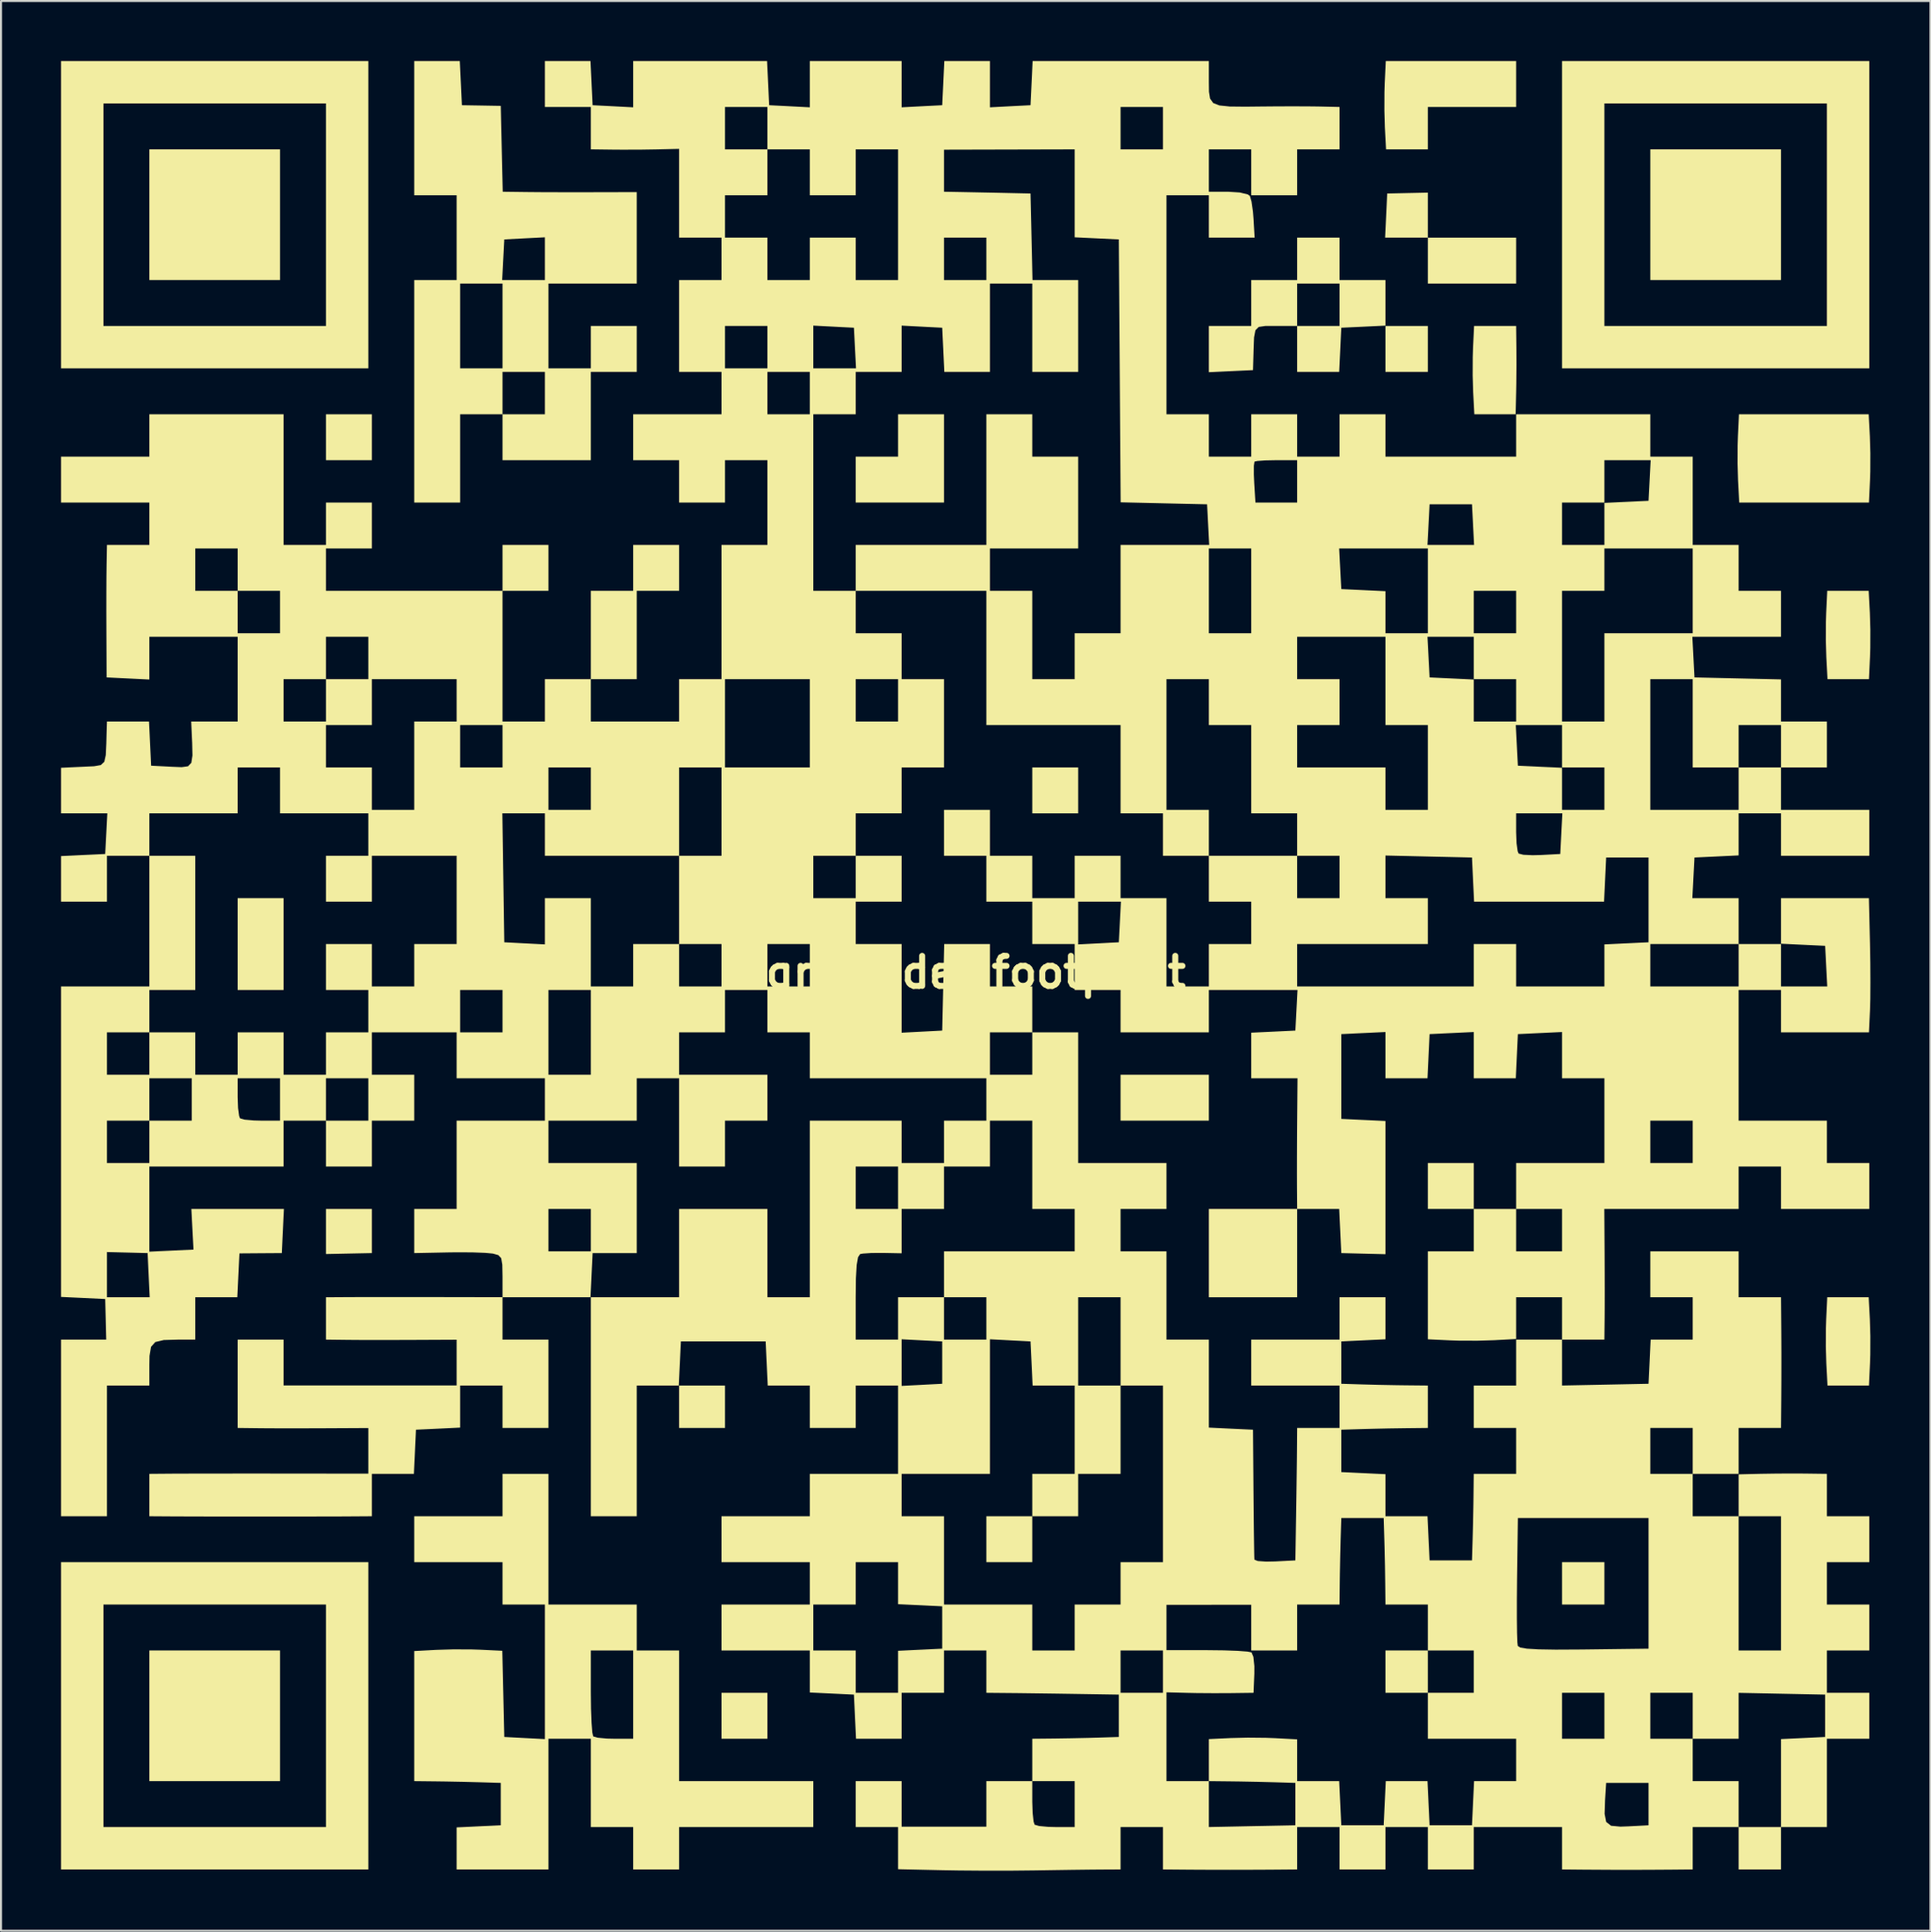
<source format=kicad_pcb>
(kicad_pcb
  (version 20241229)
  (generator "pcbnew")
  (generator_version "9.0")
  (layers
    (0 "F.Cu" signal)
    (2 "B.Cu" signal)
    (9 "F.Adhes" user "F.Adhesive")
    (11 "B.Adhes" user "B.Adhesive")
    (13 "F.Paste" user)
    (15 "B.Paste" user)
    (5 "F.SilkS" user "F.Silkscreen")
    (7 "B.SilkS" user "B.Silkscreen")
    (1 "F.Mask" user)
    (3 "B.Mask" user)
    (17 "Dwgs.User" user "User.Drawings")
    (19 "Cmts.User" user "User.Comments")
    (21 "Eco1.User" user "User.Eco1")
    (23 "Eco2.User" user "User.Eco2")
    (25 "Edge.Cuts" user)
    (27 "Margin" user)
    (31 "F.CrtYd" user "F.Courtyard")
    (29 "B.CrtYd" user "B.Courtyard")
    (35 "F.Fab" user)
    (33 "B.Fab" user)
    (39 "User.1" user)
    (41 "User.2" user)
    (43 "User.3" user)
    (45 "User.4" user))
  (footprint "qr-code-footprint"
    (layer "F.Cu")
    (at 45.685 45.508)
    (property "Reference" "qr-code-footprint" (at 0 0 0) (layer "F.SilkS") (effects (font (size 1.5 1.5) (thickness 0.3))))
    (attr board_only exclude_from_pos_files exclude_from_bom)
    (fp_poly (pts (xy -34.749 -37.835) (xy -34.749 -34.572) (xy -38.012 -34.572) (xy -41.275 -34.572) (xy -41.275 -37.835) (xy -41.275 -41.099) (xy -38.012 -41.099) (xy -34.749 -41.099)) (stroke (width 0) (type solid)) (fill yes) (layer "F.SilkS"))
    (fp_poly (pts (xy -34.749 37.13) (xy -34.749 40.393) (xy -38.012 40.393) (xy -41.275 40.393) (xy -41.275 37.13) (xy -41.275 33.867) (xy -38.012 33.867) (xy -34.749 33.867)) (stroke (width 0) (type solid)) (fill yes) (layer "F.SilkS"))
    (fp_poly (pts (xy -34.572 -1.411) (xy -34.572 0.882) (xy -35.719 0.882) (xy -36.865 0.882) (xy -36.865 -1.411) (xy -36.865 -3.704) (xy -35.719 -3.704) (xy -34.572 -3.704)) (stroke (width 0) (type solid)) (fill yes) (layer "F.SilkS"))
    (fp_poly (pts (xy -30.163 12.92) (xy -30.163 14.023) (xy -31.309 14.046) (xy -32.456 14.07) (xy -32.456 12.944) (xy -32.456 11.818) (xy -31.309 11.818) (xy -30.163 11.818)) (stroke (width 0) (type solid)) (fill yes) (layer "F.SilkS"))
    (fp_poly (pts (xy -30.163 -26.723) (xy -30.163 -25.576) (xy -31.309 -25.576) (xy -32.456 -25.576) (xy -32.456 -26.723) (xy -32.456 -27.869) (xy -31.309 -27.869) (xy -30.163 -27.869)) (stroke (width 0) (type solid)) (fill yes) (layer "F.SilkS"))
    (fp_poly (pts (xy -12.524 21.696) (xy -12.524 22.754) (xy -13.67 22.754) (xy -14.817 22.754) (xy -14.817 21.696) (xy -14.817 20.637) (xy -13.679 20.637) (xy -12.524 20.637)) (stroke (width 0) (type solid)) (fill yes) (layer "F.SilkS"))
    (fp_poly (pts (xy -10.407 37.13) (xy -10.407 38.276) (xy -11.553 38.276) (xy -12.7 38.276) (xy -12.7 37.13) (xy -12.7 35.983) (xy -11.553 35.983) (xy -10.407 35.983)) (stroke (width 0) (type solid)) (fill yes) (layer "F.SilkS"))
    (fp_poly (pts (xy 2.822 28.31) (xy 2.822 29.457) (xy 1.676 29.457) (xy 0.529 29.457) (xy 0.529 28.31) (xy 0.529 27.164) (xy 1.676 27.164) (xy 2.822 27.164)) (stroke (width 0) (type solid)) (fill yes) (layer "F.SilkS"))
    (fp_poly (pts (xy 5.115 -9.084) (xy 5.115 -7.938) (xy 3.969 -7.938) (xy 2.822 -7.938) (xy 2.822 -9.084) (xy 2.822 -10.231) (xy 3.969 -10.231) (xy 5.115 -10.231)) (stroke (width 0) (type solid)) (fill yes) (layer "F.SilkS"))
    (fp_poly (pts (xy 11.642 6.262) (xy 11.642 7.408) (xy 9.437 7.408) (xy 7.232 7.408) (xy 7.232 6.262) (xy 7.232 5.115) (xy 9.437 5.115) (xy 11.642 5.115)) (stroke (width 0) (type solid)) (fill yes) (layer "F.SilkS"))
    (fp_poly (pts (xy 16.051 14.023) (xy 16.051 16.228) (xy 13.847 16.228) (xy 11.642 16.228) (xy 11.642 14.023) (xy 11.642 11.818) (xy 13.847 11.818) (xy 16.051 11.818)) (stroke (width 0) (type solid)) (fill yes) (layer "F.SilkS"))
    (fp_poly (pts (xy 22.578 -37.813) (xy 22.578 -36.689) (xy 21.511 -36.689) (xy 20.444 -36.689) (xy 20.497 -37.791) (xy 20.549 -38.894) (xy 21.564 -38.916) (xy 22.578 -38.937)) (stroke (width 0) (type solid)) (fill yes) (layer "F.SilkS"))
    (fp_poly (pts (xy 22.578 -31.133) (xy 22.578 -29.986) (xy 21.519 -29.986) (xy 20.461 -29.986) (xy 20.461 -31.141) (xy 20.461 -32.279) (xy 21.519 -32.279) (xy 22.578 -32.279)) (stroke (width 0) (type solid)) (fill yes) (layer "F.SilkS"))
    (fp_poly (pts (xy 22.578 34.925) (xy 22.578 35.983) (xy 21.519 35.983) (xy 20.461 35.983) (xy 20.461 34.925) (xy 20.461 33.867) (xy 21.519 33.867) (xy 22.578 33.867)) (stroke (width 0) (type solid)) (fill yes) (layer "F.SilkS"))
    (fp_poly (pts (xy 24.871 10.672) (xy 24.871 11.818) (xy 23.724 11.818) (xy 22.578 11.818) (xy 22.578 10.672) (xy 22.578 9.525) (xy 23.724 9.525) (xy 24.871 9.525)) (stroke (width 0) (type solid)) (fill yes) (layer "F.SilkS"))
    (fp_poly (pts (xy 26.988 -35.542) (xy 26.988 -34.396) (xy 24.783 -34.396) (xy 22.578 -34.396) (xy 22.578 -35.542) (xy 22.578 -36.689) (xy 24.783 -36.689) (xy 26.988 -36.689)) (stroke (width 0) (type solid)) (fill yes) (layer "F.SilkS"))
    (fp_poly (pts (xy 31.397 30.515) (xy 31.397 31.574) (xy 30.339 31.574) (xy 29.281 31.574) (xy 29.281 30.515) (xy 29.281 29.457) (xy 30.339 29.457) (xy 31.397 29.457)) (stroke (width 0) (type solid)) (fill yes) (layer "F.SilkS"))
    (fp_poly (pts (xy 40.217 -37.835) (xy 40.217 -34.572) (xy 36.953 -34.572) (xy 33.69 -34.572) (xy 33.69 -37.835) (xy 33.69 -41.099) (xy 36.953 -41.099) (xy 40.217 -41.099)) (stroke (width 0) (type solid)) (fill yes) (layer "F.SilkS"))
    (fp_poly (pts (xy -1.587 -25.665) (xy -1.587 -23.46) (xy -3.792 -23.46) (xy -5.997 -23.46) (xy -5.997 -24.606) (xy -5.997 -25.753) (xy -4.939 -25.753) (xy -3.881 -25.753) (xy -3.881 -26.811) (xy -3.881 -27.869) (xy -2.734 -27.869) (xy -1.587 -27.869)) (stroke (width 0) (type solid)) (fill yes) (layer "F.SilkS"))
    (fp_poly (pts (xy 27.001 -31.177) (xy 27.005 -30.336) (xy 26.997 -29.419) (xy 26.989 -28.972) (xy 26.963 -27.869) (xy 25.944 -27.869) (xy 24.901 -27.869) (xy 24.842 -28.972) (xy 24.817 -29.811) (xy 24.821 -30.727) (xy 24.835 -31.177) (xy 24.888 -32.279) (xy 25.938 -32.279) (xy 26.988 -32.279)) (stroke (width 0) (type solid)) (fill yes) (layer "F.SilkS"))
    (fp_poly (pts (xy 44.655 -26.767) (xy 44.68 -25.928) (xy 44.677 -25.011) (xy 44.662 -24.562) (xy 44.61 -23.46) (xy 41.37 -23.46) (xy 38.13 -23.46) (xy 38.071 -24.562) (xy 38.047 -25.401) (xy 38.05 -26.318) (xy 38.064 -26.767) (xy 38.117 -27.869) (xy 41.357 -27.869) (xy 44.596 -27.869)) (stroke (width 0) (type solid)) (fill yes) (layer "F.SilkS"))
    (fp_poly (pts (xy 44.655 -17.948) (xy 44.68 -17.109) (xy 44.677 -16.192) (xy 44.662 -15.743) (xy 44.61 -14.64) (xy 43.575 -14.64) (xy 42.54 -14.64) (xy 42.481 -15.743) (xy 42.456 -16.582) (xy 42.46 -17.498) (xy 42.474 -17.948) (xy 42.527 -19.05) (xy 43.561 -19.05) (xy 44.596 -19.05)) (stroke (width 0) (type solid)) (fill yes) (layer "F.SilkS"))
    (fp_poly (pts (xy 44.655 17.33) (xy 44.68 18.169) (xy 44.677 19.086) (xy 44.662 19.535) (xy 44.61 20.637) (xy 43.575 20.637) (xy 42.54 20.637) (xy 42.481 19.535) (xy 42.456 18.696) (xy 42.46 17.78) (xy 42.474 17.33) (xy 42.527 16.228) (xy 43.561 16.228) (xy 44.596 16.228)) (stroke (width 0) (type solid)) (fill yes) (layer "F.SilkS"))
    (fp_poly (pts (xy 26.988 -44.362) (xy 26.988 -43.215) (xy 24.783 -43.215) (xy 22.578 -43.215) (xy 22.578 -42.157) (xy 22.578 -41.099) (xy 21.534 -41.099) (xy 20.491 -41.099) (xy 20.432 -42.201) (xy 20.408 -43.04) (xy 20.411 -43.957) (xy 20.425 -44.406) (xy 20.478 -45.508) (xy 23.733 -45.508) (xy 26.988 -45.508)) (stroke (width 0) (type solid)) (fill yes) (layer "F.SilkS"))
    (fp_poly (pts (xy -30.339 -37.835) (xy -30.339 -30.163) (xy -38.012 -30.163) (xy -45.685 -30.163) (xy -45.685 -37.835) (xy -45.685 -43.392) (xy -43.568 -43.392) (xy -43.568 -37.835) (xy -43.568 -32.279) (xy -38.012 -32.279) (xy -32.456 -32.279) (xy -32.456 -37.835) (xy -32.456 -43.392) (xy -38.012 -43.392) (xy -43.568 -43.392) (xy -45.685 -43.392) (xy -45.685 -45.508) (xy -38.012 -45.508) (xy -30.339 -45.508)) (stroke (width 0) (type solid)) (fill yes) (layer "F.SilkS"))
    (fp_poly (pts (xy -30.339 37.13) (xy -30.339 44.803) (xy -38.012 44.803) (xy -45.685 44.803) (xy -45.685 37.13) (xy -45.685 31.574) (xy -43.568 31.574) (xy -43.568 37.13) (xy -43.568 42.686) (xy -38.012 42.686) (xy -32.456 42.686) (xy -32.456 37.13) (xy -32.456 31.574) (xy -38.012 31.574) (xy -43.568 31.574) (xy -45.685 31.574) (xy -45.685 29.457) (xy -38.012 29.457) (xy -30.339 29.457)) (stroke (width 0) (type solid)) (fill yes) (layer "F.SilkS"))
    (fp_poly (pts (xy 44.626 -37.835) (xy 44.626 -30.163) (xy 36.953 -30.163) (xy 29.281 -30.163) (xy 29.281 -37.835) (xy 29.281 -43.392) (xy 31.397 -43.392) (xy 31.397 -37.835) (xy 31.397 -32.279) (xy 36.953 -32.279) (xy 42.51 -32.279) (xy 42.51 -37.835) (xy 42.51 -43.392) (xy 36.953 -43.392) (xy 31.397 -43.392) (xy 29.281 -43.392) (xy 29.281 -45.508) (xy 36.953 -45.508) (xy 44.626 -45.508)) (stroke (width 0) (type solid)) (fill yes) (layer "F.SilkS"))
    (fp_poly (pts (xy 18.168 -35.631) (xy 18.168 -34.572) (xy 19.315 -34.572) (xy 20.461 -34.572) (xy 20.461 -33.426) (xy 20.461 -32.296) (xy 19.359 -32.243) (xy 18.256 -32.191) (xy 18.204 -31.089) (xy 18.151 -29.986) (xy 17.101 -29.986) (xy 16.051 -29.986) (xy 16.051 -31.133) (xy 16.051 -32.279) (xy 14.993 -32.279) (xy 14.456 -32.279) (xy 14.133 -32.231) (xy 13.966 -32.063) (xy 13.899 -31.705) (xy 13.876 -31.086) (xy 13.87 -30.868) (xy 13.847 -30.074) (xy 12.744 -30.022) (xy 11.642 -29.969) (xy 11.642 -31.124) (xy 11.642 -32.279) (xy 12.7 -32.279) (xy 13.758 -32.279) (xy 13.758 -33.426) (xy 13.758 -34.396) (xy 16.051 -34.396) (xy 16.051 -33.337) (xy 16.051 -32.279) (xy 17.11 -32.279) (xy 18.168 -32.279) (xy 18.168 -33.337) (xy 18.168 -34.396) (xy 17.11 -34.396) (xy 16.051 -34.396) (xy 13.758 -34.396) (xy 13.758 -34.572) (xy 14.905 -34.572) (xy 16.051 -34.572) (xy 16.051 -35.631) (xy 16.051 -36.689) (xy 17.11 -36.689) (xy 18.168 -36.689)) (stroke (width 0) (type solid)) (fill yes) (layer "F.SilkS"))
    (fp_poly (pts (xy -25.717 -44.406) (xy -25.665 -43.303) (xy -24.694 -43.287) (xy -23.724 -43.27) (xy -23.675 -41.126) (xy -23.625 -38.982) (xy -22.44 -38.967) (xy -21.772 -38.961) (xy -20.877 -38.958) (xy -19.884 -38.956) (xy -19.094 -38.958) (xy -16.933 -38.963) (xy -16.933 -36.68) (xy -16.933 -34.396) (xy -19.138 -34.396) (xy -21.343 -34.396) (xy -21.343 -32.279) (xy -21.343 -30.163) (xy -20.285 -30.163) (xy -19.226 -30.163) (xy -19.226 -31.221) (xy -19.226 -32.279) (xy -18.08 -32.279) (xy -16.933 -32.279) (xy -16.933 -31.133) (xy -16.933 -29.986) (xy -18.08 -29.986) (xy -19.226 -29.986) (xy -19.226 -27.781) (xy -19.226 -25.576) (xy -21.431 -25.576) (xy -23.636 -25.576) (xy -23.636 -26.723) (xy -23.636 -27.869) (xy -24.694 -27.869) (xy -25.753 -27.869) (xy -25.753 -25.665) (xy -25.753 -23.46) (xy -26.899 -23.46) (xy -28.046 -23.46) (xy -28.046 -29.016) (xy -28.046 -29.986) (xy -23.636 -29.986) (xy -23.636 -28.928) (xy -23.636 -27.869) (xy -22.578 -27.869) (xy -21.519 -27.869) (xy -21.519 -28.928) (xy -21.519 -29.986) (xy -22.578 -29.986) (xy -23.636 -29.986) (xy -28.046 -29.986) (xy -28.046 -34.396) (xy -25.753 -34.396) (xy -25.753 -32.279) (xy -25.753 -30.163) (xy -24.694 -30.163) (xy -23.636 -30.163) (xy -23.636 -32.279) (xy -23.636 -34.396) (xy -24.694 -34.396) (xy -25.753 -34.396) (xy -28.046 -34.396) (xy -28.046 -34.572) (xy -26.988 -34.572) (xy -25.929 -34.572) (xy -23.654 -34.572) (xy -22.587 -34.572) (xy -21.519 -34.572) (xy -21.519 -35.639) (xy -21.519 -36.706) (xy -22.534 -36.654) (xy -23.548 -36.601) (xy -23.601 -35.586) (xy -23.654 -34.572) (xy -25.929 -34.572) (xy -25.929 -36.689) (xy -25.929 -38.806) (xy -26.988 -38.806) (xy -28.046 -38.806) (xy -28.046 -42.157) (xy -28.046 -45.508) (xy -26.908 -45.508) (xy -25.77 -45.508)) (stroke (width 0) (type solid)) (fill yes) (layer "F.SilkS"))
    (fp_poly (pts (xy -21.343 28.31) (xy -21.343 31.574) (xy -19.138 31.574) (xy -16.933 31.574) (xy -16.933 32.72) (xy -16.933 33.867) (xy -15.875 33.867) (xy -14.817 33.867) (xy -14.817 37.13) (xy -14.817 40.393) (xy -11.465 40.393) (xy -8.114 40.393) (xy -8.114 41.54) (xy -8.114 42.686) (xy -11.465 42.686) (xy -14.817 42.686) (xy -14.817 43.744) (xy -14.817 44.803) (xy -15.963 44.803) (xy -17.11 44.803) (xy -17.11 43.744) (xy -17.11 42.686) (xy -18.168 42.686) (xy -19.226 42.686) (xy -19.226 40.481) (xy -19.226 38.276) (xy -20.285 38.276) (xy -21.343 38.276) (xy -21.343 41.54) (xy -21.343 44.803) (xy -23.636 44.803) (xy -25.929 44.803) (xy -25.929 43.753) (xy -25.929 42.703) (xy -24.827 42.65) (xy -23.724 42.598) (xy -23.724 41.54) (xy -23.724 40.481) (xy -24.783 40.449) (xy -25.593 40.428) (xy -26.49 40.411) (xy -26.943 40.405) (xy -28.046 40.393) (xy -28.046 37.145) (xy -28.046 33.897) (xy -26.943 33.838) (xy -26.106 33.813) (xy -25.193 33.816) (xy -24.744 33.831) (xy -23.647 33.883) (xy -23.597 36.036) (xy -23.548 38.188) (xy -22.534 38.241) (xy -21.519 38.294) (xy -21.519 34.934) (xy -21.519 33.867) (xy -19.226 33.867) (xy -19.226 35.954) (xy -19.217 36.779) (xy -19.191 37.471) (xy -19.154 37.956) (xy -19.109 38.159) (xy -18.879 38.225) (xy -18.417 38.268) (xy -18.05 38.276) (xy -17.11 38.276) (xy -17.11 36.072) (xy -17.11 33.867) (xy -18.168 33.867) (xy -19.226 33.867) (xy -21.519 33.867) (xy -21.519 31.574) (xy -22.578 31.574) (xy -23.636 31.574) (xy -23.636 30.515) (xy -23.636 29.457) (xy -25.841 29.457) (xy -28.046 29.457) (xy -28.046 28.31) (xy -28.046 27.164) (xy -25.841 27.164) (xy -23.636 27.164) (xy -23.636 26.106) (xy -23.636 25.047) (xy -22.49 25.047) (xy -21.343 25.047)) (stroke (width 0) (type solid)) (fill yes) (layer "F.SilkS"))
    (fp_poly (pts (xy -19.191 -44.406) (xy -19.138 -43.303) (xy -18.124 -43.251) (xy -17.11 -43.198) (xy -17.11 -43.215) (xy -12.524 -43.215) (xy -12.524 -42.157) (xy -12.524 -41.099) (xy -11.465 -41.099) (xy -10.407 -41.099) (xy -10.407 -42.157) (xy -10.407 -43.215) (xy -11.465 -43.215) (xy -12.524 -43.215) (xy -17.11 -43.215) (xy -17.11 -44.353) (xy -17.11 -45.508) (xy -13.767 -45.508) (xy -10.424 -45.508) (xy -10.371 -44.406) (xy -10.319 -43.303) (xy -9.305 -43.251) (xy -8.29 -43.198) (xy -8.29 -44.353) (xy -8.29 -45.508) (xy -5.997 -45.508) (xy -3.704 -45.508) (xy -3.704 -44.353) (xy -3.704 -43.198) (xy -2.69 -43.251) (xy -1.676 -43.303) (xy -1.623 -44.406) (xy -1.571 -45.508) (xy -0.433 -45.508) (xy 0.706 -45.508) (xy 0.706 -44.353) (xy 0.706 -43.198) (xy 1.043 -43.215) (xy 7.232 -43.215) (xy 7.232 -42.157) (xy 7.232 -41.099) (xy 8.29 -41.099) (xy 9.349 -41.099) (xy 9.349 -42.157) (xy 9.349 -43.215) (xy 8.29 -43.215) (xy 7.232 -43.215) (xy 1.043 -43.215) (xy 1.72 -43.251) (xy 2.734 -43.303) (xy 2.787 -44.406) (xy 2.839 -45.508) (xy 7.24 -45.508) (xy 11.642 -45.508) (xy 11.642 -44.462) (xy 11.648 -43.974) (xy 11.702 -43.634) (xy 11.857 -43.414) (xy 12.167 -43.291) (xy 12.685 -43.238) (xy 13.465 -43.23) (xy 14.205 -43.238) (xy 15.126 -43.246) (xy 16.037 -43.247) (xy 16.807 -43.243) (xy 17.154 -43.238) (xy 18.168 -43.215) (xy 18.168 -42.157) (xy 18.168 -41.099) (xy 17.11 -41.099) (xy 16.051 -41.099) (xy 16.051 -39.952) (xy 16.051 -38.806) (xy 14.905 -38.806) (xy 13.758 -38.806) (xy 13.758 -39.952) (xy 13.758 -41.099) (xy 12.7 -41.099) (xy 11.642 -41.099) (xy 11.642 -40.04) (xy 11.642 -38.982) (xy 12.601 -38.982) (xy 13.184 -38.945) (xy 13.584 -38.849) (xy 13.69 -38.773) (xy 13.773 -38.487) (xy 13.845 -37.984) (xy 13.873 -37.626) (xy 13.927 -36.689) (xy 12.784 -36.689) (xy 11.642 -36.689) (xy 11.642 -37.747) (xy 11.642 -38.806) (xy 10.583 -38.806) (xy 9.525 -38.806) (xy 9.525 -33.337) (xy 9.525 -27.869) (xy 10.583 -27.869) (xy 11.642 -27.869) (xy 11.642 -26.811) (xy 11.642 -25.753) (xy 12.7 -25.753) (xy 13.758 -25.753) (xy 13.758 -26.811) (xy 13.758 -27.869) (xy 14.905 -27.869) (xy 16.051 -27.869) (xy 16.051 -26.811) (xy 16.051 -25.753) (xy 17.11 -25.753) (xy 18.168 -25.753) (xy 18.168 -26.811) (xy 18.168 -27.869) (xy 19.315 -27.869) (xy 20.461 -27.869) (xy 20.461 -26.811) (xy 20.461 -25.753) (xy 23.724 -25.753) (xy 26.988 -25.753) (xy 26.988 -26.811) (xy 26.988 -27.869) (xy 30.327 -27.869) (xy 33.69 -27.869) (xy 33.69 -26.811) (xy 33.69 -25.753) (xy 34.749 -25.753) (xy 35.807 -25.753) (xy 35.807 -23.548) (xy 35.807 -21.343) (xy 36.953 -21.343) (xy 38.1 -21.343) (xy 38.1 -20.197) (xy 38.1 -19.05) (xy 39.158 -19.05) (xy 40.217 -19.05) (xy 40.217 -17.903) (xy 40.217 -16.757) (xy 38.003 -16.757) (xy 35.789 -16.757) (xy 35.842 -15.743) (xy 35.895 -14.728) (xy 38.056 -14.679) (xy 40.217 -14.629) (xy 40.217 -13.577) (xy 40.217 -12.524) (xy 41.363 -12.524) (xy 42.51 -12.524) (xy 42.51 -11.377) (xy 42.51 -10.231) (xy 41.363 -10.231) (xy 40.217 -10.231) (xy 40.217 -9.172) (xy 40.217 -8.114) (xy 42.422 -8.114) (xy 44.626 -8.114) (xy 44.626 -6.967) (xy 44.626 -5.821) (xy 42.422 -5.821) (xy 40.217 -5.821) (xy 40.217 -6.879) (xy 40.217 -7.938) (xy 39.158 -7.938) (xy 38.1 -7.938) (xy 38.1 -6.888) (xy 38.1 -5.838) (xy 36.998 -5.785) (xy 35.895 -5.733) (xy 35.842 -4.718) (xy 35.789 -3.704) (xy 36.945 -3.704) (xy 38.1 -3.704) (xy 38.1 -2.558) (xy 38.1 -1.411) (xy 35.895 -1.411) (xy 33.69 -1.411) (xy 33.69 -0.353) (xy 33.69 0.706) (xy 35.895 0.706) (xy 38.1 0.706) (xy 38.1 -0.353) (xy 38.1 -1.411) (xy 39.158 -1.411) (xy 40.217 -1.411) (xy 40.217 -0.361) (xy 40.217 0.706) (xy 41.372 0.706) (xy 42.527 0.706) (xy 42.474 -0.309) (xy 42.422 -1.323) (xy 41.319 -1.375) (xy 40.217 -1.428) (xy 40.217 -2.558) (xy 40.217 -3.704) (xy 42.412 -3.704) (xy 44.607 -3.704) (xy 44.661 -1.455) (xy 44.678 -0.474) (xy 44.683 0.495) (xy 44.678 1.337) (xy 44.662 1.896) (xy 44.61 2.999) (xy 42.413 2.999) (xy 40.217 2.999) (xy 40.217 1.94) (xy 40.217 0.882) (xy 39.158 0.882) (xy 38.1 0.882) (xy 38.1 4.145) (xy 38.1 7.408) (xy 40.305 7.408) (xy 42.51 7.408) (xy 42.51 8.467) (xy 42.51 9.525) (xy 43.568 9.525) (xy 44.626 9.525) (xy 44.626 10.672) (xy 44.626 11.818) (xy 42.422 11.818) (xy 40.217 11.818) (xy 40.217 10.76) (xy 40.217 9.701) (xy 39.158 9.701) (xy 38.1 9.701) (xy 38.1 10.76) (xy 38.1 11.818) (xy 34.746 11.818) (xy 31.393 11.818) (xy 31.407 13.979) (xy 31.411 14.947) (xy 31.413 15.907) (xy 31.412 16.738) (xy 31.409 17.242) (xy 31.397 18.344) (xy 30.339 18.344) (xy 29.281 18.344) (xy 29.281 19.49) (xy 29.281 20.636) (xy 31.441 20.593) (xy 33.602 20.549) (xy 33.655 19.447) (xy 33.707 18.344) (xy 34.757 18.344) (xy 35.807 18.344) (xy 35.807 17.286) (xy 35.807 16.228) (xy 34.749 16.228) (xy 33.69 16.228) (xy 33.69 15.081) (xy 33.69 13.935) (xy 35.895 13.935) (xy 38.1 13.935) (xy 38.1 15.081) (xy 38.1 16.228) (xy 39.158 16.228) (xy 40.217 16.228) (xy 40.226 17.286) (xy 40.232 18.082) (xy 40.236 18.979) (xy 40.236 19.491) (xy 40.235 20.321) (xy 40.23 21.211) (xy 40.226 21.696) (xy 40.217 22.754) (xy 39.158 22.754) (xy 38.1 22.754) (xy 38.1 23.913) (xy 38.1 25.047) (xy 36.953 25.047) (xy 35.807 25.047) (xy 35.807 26.106) (xy 35.807 27.164) (xy 36.953 27.164) (xy 38.1 27.164) (xy 38.1 30.515) (xy 38.1 33.867) (xy 39.158 33.867) (xy 40.217 33.867) (xy 40.217 30.515) (xy 40.217 27.164) (xy 39.158 27.164) (xy 38.1 27.164) (xy 38.1 26.106) (xy 38.1 25.072) (xy 39.202 25.045) (xy 40.043 25.033) (xy 40.96 25.03) (xy 41.407 25.033) (xy 42.51 25.047) (xy 42.51 26.106) (xy 42.51 27.164) (xy 43.568 27.164) (xy 44.626 27.164) (xy 44.626 28.31) (xy 44.626 29.457) (xy 43.568 29.457) (xy 42.51 29.457) (xy 42.51 30.515) (xy 42.51 31.574) (xy 43.568 31.574) (xy 44.626 31.574) (xy 44.626 32.72) (xy 44.626 33.867) (xy 43.568 33.867) (xy 42.51 33.867) (xy 42.51 34.925) (xy 42.51 35.983) (xy 43.568 35.983) (xy 44.626 35.983) (xy 44.626 37.13) (xy 44.626 38.276) (xy 43.568 38.276) (xy 42.51 38.276) (xy 42.51 40.481) (xy 42.51 42.686) (xy 41.363 42.686) (xy 40.217 42.686) (xy 40.217 43.744) (xy 40.217 44.803) (xy 39.158 44.803) (xy 38.1 44.803) (xy 38.1 43.744) (xy 38.1 42.686) (xy 36.953 42.686) (xy 35.807 42.686) (xy 35.807 43.744) (xy 35.807 44.803) (xy 34.749 44.813) (xy 33.953 44.818) (xy 33.056 44.822) (xy 32.544 44.822) (xy 31.714 44.821) (xy 30.824 44.816) (xy 30.339 44.813) (xy 29.281 44.803) (xy 29.281 43.744) (xy 29.281 42.686) (xy 27.076 42.686) (xy 24.871 42.686) (xy 24.871 43.744) (xy 24.871 44.803) (xy 23.724 44.803) (xy 22.578 44.803) (xy 22.578 43.744) (xy 22.578 42.686) (xy 21.519 42.686) (xy 20.461 42.686) (xy 20.461 43.744) (xy 20.461 44.803) (xy 19.315 44.803) (xy 18.168 44.803) (xy 18.168 43.744) (xy 18.168 42.686) (xy 17.11 42.686) (xy 16.051 42.686) (xy 16.051 43.744) (xy 16.051 44.803) (xy 14.993 44.812) (xy 14.223 44.817) (xy 13.328 44.82) (xy 12.7 44.821) (xy 11.863 44.82) (xy 10.977 44.816) (xy 10.407 44.812) (xy 9.349 44.803) (xy 9.349 43.744) (xy 9.349 42.686) (xy 8.29 42.686) (xy 7.232 42.686) (xy 7.232 43.744) (xy 7.232 44.803) (xy 6.218 44.808) (xy 5.639 44.813) (xy 4.818 44.823) (xy 3.865 44.837) (xy 2.91 44.852) (xy 1.75 44.864) (xy 0.434 44.865) (xy -0.848 44.855) (xy -1.632 44.842) (xy -3.881 44.792) (xy -3.881 43.739) (xy -3.881 42.686) (xy -4.939 42.686) (xy -5.997 42.686) (xy -5.997 41.54) (xy -5.997 40.393) (xy -4.851 40.393) (xy -3.704 40.393) (xy -3.704 41.53) (xy -3.704 42.667) (xy -1.587 42.667) (xy 0.529 42.667) (xy 0.529 41.53) (xy 0.529 40.393) (xy 1.676 40.393) (xy 2.822 40.393) (xy 2.822 41.422) (xy 2.841 41.996) (xy 2.889 42.418) (xy 2.94 42.569) (xy 3.169 42.635) (xy 3.632 42.677) (xy 3.998 42.686) (xy 4.939 42.686) (xy 4.939 41.54) (xy 4.939 40.393) (xy 9.525 40.393) (xy 10.583 40.393) (xy 11.642 40.393) (xy 11.642 41.539) (xy 11.642 42.685) (xy 13.802 42.641) (xy 15.963 42.598) (xy 15.963 41.54) (xy 15.963 40.481) (xy 14.905 40.449) (xy 14.095 40.428) (xy 13.198 40.411) (xy 12.744 40.405) (xy 11.642 40.393) (xy 11.642 39.343) (xy 11.642 38.293) (xy 12.744 38.241) (xy 13.583 38.221) (xy 14.5 38.23) (xy 14.949 38.247) (xy 16.051 38.306) (xy 16.051 39.35) (xy 16.051 40.393) (xy 17.101 40.393) (xy 18.151 40.393) (xy 18.204 41.495) (xy 18.256 42.598) (xy 19.315 42.598) (xy 20.373 42.598) (xy 20.425 41.495) (xy 20.478 40.393) (xy 21.519 40.393) (xy 22.561 40.393) (xy 22.613 41.495) (xy 22.666 42.598) (xy 23.724 42.598) (xy 24.783 42.598) (xy 24.81 42.027) (xy 31.408 42.027) (xy 31.487 42.431) (xy 31.729 42.621) (xy 32.193 42.665) (xy 32.586 42.651) (xy 33.602 42.598) (xy 33.602 41.54) (xy 33.602 40.481) (xy 32.544 40.481) (xy 31.485 40.481) (xy 31.431 41.341) (xy 31.408 42.027) (xy 24.81 42.027) (xy 24.835 41.495) (xy 24.888 40.393) (xy 25.938 40.393) (xy 26.988 40.393) (xy 26.988 39.335) (xy 26.988 38.276) (xy 24.783 38.276) (xy 22.578 38.276) (xy 22.578 37.13) (xy 22.578 35.983) (xy 23.724 35.983) (xy 24.871 35.983) (xy 29.281 35.983) (xy 29.281 37.13) (xy 29.281 38.276) (xy 30.339 38.276) (xy 31.397 38.276) (xy 31.397 37.13) (xy 31.397 35.983) (xy 33.69 35.983) (xy 33.69 37.13) (xy 33.69 38.276) (xy 34.749 38.276) (xy 35.807 38.276) (xy 35.807 39.335) (xy 35.807 40.393) (xy 36.953 40.393) (xy 38.1 40.393) (xy 38.1 41.54) (xy 38.1 42.686) (xy 39.158 42.686) (xy 40.217 42.686) (xy 40.217 40.49) (xy 40.217 38.293) (xy 41.319 38.241) (xy 42.422 38.188) (xy 42.422 37.13) (xy 42.422 36.072) (xy 40.261 36.028) (xy 38.1 35.984) (xy 38.1 37.13) (xy 38.1 38.276) (xy 36.953 38.276) (xy 35.807 38.276) (xy 35.807 37.13) (xy 35.807 35.983) (xy 34.749 35.983) (xy 33.69 35.983) (xy 31.397 35.983) (xy 30.339 35.983) (xy 29.281 35.983) (xy 24.871 35.983) (xy 24.871 34.925) (xy 24.871 33.867) (xy 23.724 33.867) (xy 22.578 33.867) (xy 22.578 32.72) (xy 22.578 31.574) (xy 21.519 31.574) (xy 20.461 31.574) (xy 20.459 31.357) (xy 27.025 31.357) (xy 27.025 32.259) (xy 27.034 32.983) (xy 27.051 33.467) (xy 27.071 33.641) (xy 27.197 33.722) (xy 27.532 33.778) (xy 28.11 33.812) (xy 28.965 33.826) (xy 30.131 33.82) (xy 30.376 33.818) (xy 33.602 33.778) (xy 33.602 30.515) (xy 33.602 27.252) (xy 30.339 27.252) (xy 27.076 27.252) (xy 27.034 30.339) (xy 27.025 31.357) (xy 20.459 31.357) (xy 20.449 30.471) (xy 20.437 29.644) (xy 20.417 28.751) (xy 20.405 28.31) (xy 20.373 27.252) (xy 19.315 27.252) (xy 18.256 27.252) (xy 18.224 28.31) (xy 18.203 29.12) (xy 18.186 30.018) (xy 18.18 30.471) (xy 18.168 31.574) (xy 17.11 31.574) (xy 16.051 31.574) (xy 16.051 32.72) (xy 16.051 33.867) (xy 14.905 33.867) (xy 13.758 33.867) (xy 13.758 32.726) (xy 13.758 31.585) (xy 11.642 31.587) (xy 9.525 31.588) (xy 9.525 32.721) (xy 9.525 33.853) (xy 11.559 33.853) (xy 12.381 33.862) (xy 13.077 33.887) (xy 13.569 33.924) (xy 13.773 33.964) (xy 13.866 34.188) (xy 13.914 34.647) (xy 13.913 35.029) (xy 13.874 35.983) (xy 12.714 35.998) (xy 11.895 36.001) (xy 11.03 35.995) (xy 10.539 35.985) (xy 9.525 35.958) (xy 9.525 38.176) (xy 9.525 40.393) (xy 4.939 40.393) (xy 3.881 40.393) (xy 2.822 40.393) (xy 2.822 39.335) (xy 2.822 38.276) (xy 3.925 38.265) (xy 4.752 38.252) (xy 5.645 38.233) (xy 6.085 38.221) (xy 7.144 38.188) (xy 7.144 37.13) (xy 7.144 36.072) (xy 4.939 36.037) (xy 3.964 36.022) (xy 2.999 36.009) (xy 2.163 35.998) (xy 1.632 35.993) (xy 0.529 35.983) (xy 0.529 34.925) (xy 0.529 33.867) (xy -0.529 33.867) (xy -1.587 33.867) (xy -1.587 34.925) (xy -1.587 35.983) (xy -2.646 35.983) (xy -3.704 35.983) (xy -3.704 37.13) (xy -3.704 38.276) (xy -4.842 38.276) (xy -5.98 38.276) (xy -6.033 37.174) (xy -6.085 36.072) (xy -7.188 36.019) (xy -8.29 35.967) (xy -8.29 34.917) (xy -8.29 33.867) (xy -8.114 33.867) (xy -7.056 33.867) (xy -5.997 33.867) (xy -5.997 34.925) (xy -5.997 35.983) (xy -4.939 35.983) (xy -3.881 35.983) (xy -3.881 34.933) (xy -3.881 33.884) (xy -2.778 33.831) (xy -1.676 33.778) (xy -1.676 32.72) (xy -1.676 31.662) (xy -2.778 31.609) (xy -3.881 31.557) (xy -3.881 30.507) (xy -3.881 29.457) (xy -4.939 29.457) (xy -5.997 29.457) (xy -5.997 30.515) (xy -5.997 31.574) (xy -7.056 31.574) (xy -8.114 31.574) (xy -8.114 32.72) (xy -8.114 33.867) (xy -8.29 33.867) (xy -10.495 33.867) (xy -12.7 33.867) (xy -12.7 32.72) (xy -12.7 31.574) (xy -10.495 31.574) (xy -8.29 31.574) (xy -8.29 30.515) (xy -8.29 29.457) (xy -10.495 29.457) (xy -12.7 29.457) (xy -12.7 28.31) (xy -12.7 27.164) (xy -10.495 27.164) (xy -8.29 27.164) (xy -3.704 27.164) (xy -2.646 27.164) (xy -1.587 27.164) (xy -1.587 29.369) (xy -1.587 31.574) (xy 0.617 31.574) (xy 2.822 31.574) (xy 2.822 32.72) (xy 2.822 33.867) (xy 3.881 33.867) (xy 4.939 33.867) (xy 7.232 33.867) (xy 7.232 34.925) (xy 7.232 35.983) (xy 8.29 35.983) (xy 9.349 35.983) (xy 9.349 34.925) (xy 9.349 33.867) (xy 8.29 33.867) (xy 7.232 33.867) (xy 4.939 33.867) (xy 4.939 32.72) (xy 4.939 31.574) (xy 6.085 31.574) (xy 7.232 31.574) (xy 7.232 30.515) (xy 7.232 29.457) (xy 8.29 29.457) (xy 9.349 29.457) (xy 9.349 25.047) (xy 9.349 20.637) (xy 8.29 20.637) (xy 7.232 20.637) (xy 7.232 22.842) (xy 7.232 25.047) (xy 6.174 25.047) (xy 5.115 25.047) (xy 5.115 26.106) (xy 5.115 27.164) (xy 3.969 27.164) (xy 2.822 27.164) (xy 2.822 26.106) (xy 2.822 25.047) (xy 3.881 25.047) (xy 4.939 25.047) (xy 4.939 22.842) (xy 4.939 20.637) (xy 3.889 20.637) (xy 2.839 20.637) (xy 2.787 19.535) (xy 2.734 18.433) (xy 1.72 18.38) (xy 0.706 18.327) (xy 0.706 21.687) (xy 0.706 25.047) (xy -1.499 25.047) (xy -3.704 25.047) (xy -3.704 26.106) (xy -3.704 27.164) (xy -8.29 27.164) (xy -8.29 26.106) (xy -8.29 25.047) (xy -6.085 25.047) (xy -3.881 25.047) (xy -3.881 22.842) (xy -3.881 20.637) (xy -4.939 20.637) (xy -5.997 20.637) (xy -5.997 21.696) (xy -5.997 22.754) (xy -7.144 22.754) (xy -8.29 22.754) (xy -8.29 21.696) (xy -8.29 20.637) (xy -9.34 20.637) (xy -10.39 20.637) (xy -10.443 19.535) (xy -10.495 18.433) (xy -12.612 18.433) (xy -14.728 18.433) (xy -14.781 19.535) (xy -14.834 20.637) (xy -15.875 20.637) (xy -16.933 20.637) (xy -16.933 23.901) (xy -16.933 27.164) (xy -18.08 27.164) (xy -19.226 27.164) (xy -19.226 21.696) (xy -19.226 18.344) (xy -5.997 18.344) (xy -4.939 18.344) (xy -3.881 18.344) (xy -3.881 18.327) (xy -3.704 18.327) (xy -3.704 19.491) (xy -3.704 20.655) (xy -2.69 20.602) (xy -1.676 20.549) (xy -1.676 19.491) (xy -1.676 18.433) (xy -2.69 18.38) (xy -3.704 18.327) (xy -3.881 18.327) (xy -3.881 17.286) (xy -3.881 16.228) (xy -2.734 16.228) (xy -1.587 16.228) (xy -1.587 17.286) (xy -1.587 18.344) (xy -0.529 18.344) (xy 0.529 18.344) (xy 0.529 17.286) (xy 0.529 16.228) (xy 5.115 16.228) (xy 5.115 18.433) (xy 5.115 20.637) (xy 6.174 20.637) (xy 7.232 20.637) (xy 7.232 18.433) (xy 7.232 16.228) (xy 6.174 16.228) (xy 5.115 16.228) (xy 0.529 16.228) (xy -0.529 16.228) (xy -1.587 16.228) (xy -1.587 15.081) (xy -1.587 13.935) (xy 1.676 13.935) (xy 4.939 13.935) (xy 4.939 12.876) (xy 4.939 11.818) (xy 3.881 11.818) (xy 2.822 11.818) (xy 2.822 9.613) (xy 2.822 7.408) (xy 1.764 7.408) (xy 0.706 7.408) (xy 0.706 8.555) (xy 0.706 9.701) (xy -0.441 9.701) (xy -1.587 9.701) (xy -1.587 10.76) (xy -1.587 11.818) (xy -2.646 11.818) (xy -3.704 11.818) (xy -3.704 12.926) (xy -3.704 14.033) (xy -4.63 14.015) (xy -5.2 14.018) (xy -5.637 14.047) (xy -5.777 14.073) (xy -5.879 14.224) (xy -5.948 14.62) (xy -5.986 15.297) (xy -5.997 16.247) (xy -5.997 18.344) (xy -19.226 18.344) (xy -19.226 16.228) (xy -17.03 16.228) (xy -14.817 16.228) (xy -14.817 14.023) (xy -14.817 11.818) (xy -12.612 11.818) (xy -10.407 11.818) (xy -10.407 14.023) (xy -10.407 16.228) (xy -9.349 16.228) (xy -8.29 16.228) (xy -8.29 11.818) (xy -8.29 9.701) (xy -5.997 9.701) (xy -5.997 10.76) (xy -5.997 11.818) (xy -4.939 11.818) (xy -3.881 11.818) (xy -3.881 10.76) (xy -3.881 9.701) (xy -4.939 9.701) (xy -5.997 9.701) (xy -8.29 9.701) (xy -8.29 7.408) (xy -5.997 7.408) (xy -3.704 7.408) (xy -3.704 8.467) (xy -3.704 9.525) (xy -2.646 9.525) (xy -1.587 9.525) (xy -1.587 8.467) (xy -1.587 7.408) (xy -0.529 7.408) (xy 0.529 7.408) (xy 0.529 6.35) (xy 0.529 5.292) (xy -3.881 5.292) (xy -8.29 5.292) (xy -8.29 4.145) (xy -8.29 2.999) (xy -9.349 2.999) (xy -10.407 2.999) (xy -10.407 1.94) (xy -10.407 0.882) (xy -11.465 0.882) (xy -12.524 0.882) (xy -12.524 1.94) (xy -12.524 2.999) (xy -13.67 2.999) (xy -14.817 2.999) (xy -14.817 4.057) (xy -14.817 5.115) (xy -12.612 5.115) (xy -10.407 5.115) (xy -10.407 6.262) (xy -10.407 7.408) (xy -11.465 7.408) (xy -12.524 7.408) (xy -12.524 8.555) (xy -12.524 9.701) (xy -13.67 9.701) (xy -14.817 9.701) (xy -14.817 7.497) (xy -14.817 5.292) (xy -15.875 5.292) (xy -16.933 5.292) (xy -16.933 6.35) (xy -16.933 7.408) (xy -19.138 7.408) (xy -21.343 7.408) (xy -21.343 8.467) (xy -21.343 9.525) (xy -19.138 9.525) (xy -16.933 9.525) (xy -16.933 11.775) (xy -16.933 14.025) (xy -18.036 14.024) (xy -19.138 14.023) (xy -19.191 15.125) (xy -19.243 16.228) (xy -21.431 16.228) (xy -23.636 16.228) (xy -23.636 17.286) (xy -23.636 18.344) (xy -22.49 18.344) (xy -21.343 18.344) (xy -21.343 20.549) (xy -21.343 22.754) (xy -22.49 22.754) (xy -23.636 22.754) (xy -23.636 21.696) (xy -23.636 20.637) (xy -24.694 20.637) (xy -25.753 20.637) (xy -25.753 21.687) (xy -25.753 22.737) (xy -26.855 22.79) (xy -27.958 22.842) (xy -28.01 23.945) (xy -28.063 25.047) (xy -29.113 25.047) (xy -30.163 25.047) (xy -30.163 26.106) (xy -30.163 27.164) (xy -31.221 27.171) (xy -31.737 27.174) (xy -32.528 27.176) (xy -33.516 27.177) (xy -34.624 27.178) (xy -35.719 27.179) (xy -36.868 27.178) (xy -37.972 27.177) (xy -38.952 27.176) (xy -39.732 27.173) (xy -40.217 27.171) (xy -41.275 27.164) (xy -41.275 26.106) (xy -41.275 25.047) (xy -40.173 25.038) (xy -39.683 25.036) (xy -38.906 25.034) (xy -37.905 25.033) (xy -36.746 25.032) (xy -35.494 25.032) (xy -34.705 25.033) (xy -30.339 25.037) (xy -30.339 23.898) (xy -30.339 22.758) (xy -32.5 22.769) (xy -33.468 22.772) (xy -34.428 22.773) (xy -35.259 22.771) (xy -35.763 22.767) (xy -36.865 22.754) (xy -36.865 20.549) (xy -36.865 18.344) (xy -35.719 18.344) (xy -34.572 18.344) (xy -34.572 19.488) (xy -34.572 20.631) (xy -30.251 20.631) (xy -25.929 20.631) (xy -25.929 19.49) (xy -25.929 18.349) (xy -28.09 18.359) (xy -29.058 18.362) (xy -30.019 18.363) (xy -30.85 18.361) (xy -31.353 18.357) (xy -32.456 18.344) (xy -32.456 17.286) (xy -32.456 16.228) (xy -31.353 16.221) (xy -30.815 16.219) (xy -30.005 16.217) (xy -29.006 16.217) (xy -27.899 16.218) (xy -26.943 16.219) (xy -23.636 16.225) (xy -23.636 15.182) (xy -23.647 14.598) (xy -23.704 14.275) (xy -23.847 14.123) (xy -24.115 14.048) (xy -24.121 14.047) (xy -24.507 14.011) (xy -25.14 13.988) (xy -25.911 13.984) (xy -26.326 13.989) (xy -28.046 14.023) (xy -28.046 12.92) (xy -28.046 11.818) (xy -26.988 11.818) (xy -25.929 11.818) (xy -21.343 11.818) (xy -21.343 12.876) (xy -21.343 13.935) (xy -20.285 13.935) (xy -19.226 13.935) (xy -19.226 12.876) (xy -19.226 11.818) (xy -20.285 11.818) (xy -21.343 11.818) (xy -25.929 11.818) (xy -25.929 9.613) (xy -25.929 7.408) (xy -23.724 7.408) (xy -21.519 7.408) (xy -21.519 6.35) (xy -21.519 5.292) (xy -23.724 5.292) (xy -25.929 5.292) (xy -25.929 4.145) (xy -25.929 2.999) (xy -28.046 2.999) (xy -30.163 2.999) (xy -30.163 4.057) (xy -30.163 5.115) (xy -29.104 5.115) (xy -28.046 5.115) (xy -28.046 6.262) (xy -28.046 7.408) (xy -29.104 7.408) (xy -30.163 7.408) (xy -30.163 8.555) (xy -30.163 9.701) (xy -31.309 9.701) (xy -32.456 9.701) (xy -32.456 8.555) (xy -32.456 7.408) (xy -33.514 7.408) (xy -34.572 7.408) (xy -34.572 8.555) (xy -34.572 9.701) (xy -37.924 9.701) (xy -41.275 9.701) (xy -41.275 11.826) (xy -41.275 13.952) (xy -40.173 13.899) (xy -39.07 13.847) (xy -39.124 12.832) (xy -39.177 11.818) (xy -36.866 11.818) (xy -34.555 11.818) (xy -34.608 12.92) (xy -34.66 14.023) (xy -35.719 14.03) (xy -36.777 14.038) (xy -36.83 15.133) (xy -36.882 16.228) (xy -37.932 16.228) (xy -38.982 16.228) (xy -38.982 17.286) (xy -38.982 18.344) (xy -39.849 18.344) (xy -40.554 18.364) (xy -40.978 18.464) (xy -41.192 18.707) (xy -41.267 19.157) (xy -41.275 19.598) (xy -41.275 20.637) (xy -42.333 20.637) (xy -43.392 20.637) (xy -43.392 23.901) (xy -43.392 27.164) (xy -44.538 27.164) (xy -45.685 27.164) (xy -45.685 22.754) (xy -45.685 18.344) (xy -44.557 18.344) (xy -43.429 18.344) (xy -43.454 17.33) (xy -43.48 16.316) (xy -44.582 16.263) (xy -45.685 16.211) (xy -45.685 13.972) (xy -43.392 13.972) (xy -43.392 15.1) (xy -43.392 16.228) (xy -42.325 16.228) (xy -41.258 16.228) (xy -41.311 15.125) (xy -41.363 14.023) (xy -42.377 13.997) (xy -43.392 13.972) (xy -45.685 13.972) (xy -45.685 9.525) (xy -43.392 9.525) (xy -42.333 9.525) (xy -41.275 9.525) (xy -41.275 8.467) (xy -41.275 7.408) (xy -40.217 7.408) (xy -39.158 7.408) (xy -39.158 6.35) (xy -39.158 5.292) (xy -36.865 5.292) (xy -36.865 6.232) (xy -36.845 6.781) (xy -36.792 7.175) (xy -36.748 7.291) (xy -36.518 7.357) (xy -36.056 7.399) (xy -35.689 7.408) (xy -34.749 7.408) (xy -34.749 6.35) (xy -34.749 5.292) (xy -32.456 5.292) (xy -32.456 6.35) (xy -32.456 7.408) (xy -31.397 7.408) (xy -30.339 7.408) (xy -30.339 6.35) (xy -30.339 5.292) (xy -31.397 5.292) (xy -32.456 5.292) (xy -34.749 5.292) (xy -35.807 5.292) (xy -36.865 5.292) (xy -39.158 5.292) (xy -40.217 5.292) (xy -41.275 5.292) (xy -41.275 6.35) (xy -41.275 7.408) (xy -42.333 7.408) (xy -43.392 7.408) (xy -43.392 8.467) (xy -43.392 9.525) (xy -45.685 9.525) (xy -45.685 8.458) (xy -45.685 0.706) (xy -43.48 0.706) (xy -41.275 0.706) (xy -41.275 -2.558) (xy -41.275 -5.821) (xy -40.128 -5.821) (xy -38.982 -5.821) (xy -38.982 -2.469) (xy -38.982 0.882) (xy -40.128 0.882) (xy -41.275 0.882) (xy -41.275 1.94) (xy -41.275 2.999) (xy -42.333 2.999) (xy -43.392 2.999) (xy -43.392 4.057) (xy -43.392 5.115) (xy -42.333 5.115) (xy -41.275 5.115) (xy -41.275 4.057) (xy -41.275 2.999) (xy -40.128 2.999) (xy -38.982 2.999) (xy -38.982 4.057) (xy -38.982 5.115) (xy -37.924 5.115) (xy -36.865 5.115) (xy -36.865 4.057) (xy -36.865 2.999) (xy -35.719 2.999) (xy -34.572 2.999) (xy -34.572 4.057) (xy -34.572 5.115) (xy -33.514 5.115) (xy -32.456 5.115) (xy -32.456 4.057) (xy -32.456 2.999) (xy -31.397 2.999) (xy -30.339 2.999) (xy -30.339 1.94) (xy -30.339 0.882) (xy -25.753 0.882) (xy -25.753 1.94) (xy -25.753 2.999) (xy -24.694 2.999) (xy -23.636 2.999) (xy -23.636 1.94) (xy -23.636 0.882) (xy -21.343 0.882) (xy -21.343 2.999) (xy -21.343 5.115) (xy -20.285 5.115) (xy -19.226 5.115) (xy -19.226 2.999) (xy -19.226 0.882) (xy -20.285 0.882) (xy -21.343 0.882) (xy -23.636 0.882) (xy -24.694 0.882) (xy -25.753 0.882) (xy -30.339 0.882) (xy -31.397 0.882) (xy -32.456 0.882) (xy -32.456 -0.265) (xy -32.456 -1.411) (xy -31.309 -1.411) (xy -30.163 -1.411) (xy -30.163 -0.353) (xy -30.163 0.706) (xy -29.104 0.706) (xy -28.046 0.706) (xy -28.046 -0.353) (xy -28.046 -1.411) (xy -26.988 -1.411) (xy -25.929 -1.411) (xy -25.929 -3.616) (xy -25.929 -5.821) (xy -28.046 -5.821) (xy -30.163 -5.821) (xy -30.163 -4.674) (xy -30.163 -3.528) (xy -31.309 -3.528) (xy -32.456 -3.528) (xy -32.456 -4.674) (xy -32.456 -5.821) (xy -31.397 -5.821) (xy -30.339 -5.821) (xy -30.339 -6.879) (xy -30.339 -7.938) (xy -23.644 -7.938) (xy -23.596 -4.718) (xy -23.548 -1.499) (xy -22.534 -1.446) (xy -21.519 -1.394) (xy -21.519 -2.549) (xy -21.519 -3.704) (xy -20.373 -3.704) (xy -19.226 -3.704) (xy -19.226 -1.499) (xy -19.226 0.706) (xy -18.168 0.706) (xy -17.11 0.706) (xy -17.11 -0.353) (xy -17.11 -1.411) (xy -15.963 -1.411) (xy -14.817 -1.411) (xy -14.817 -0.353) (xy -14.817 0.706) (xy -13.758 0.706) (xy -12.7 0.706) (xy -12.7 -0.353) (xy -12.7 -1.411) (xy -10.407 -1.411) (xy -10.407 -0.353) (xy -10.407 0.706) (xy -9.349 0.706) (xy -8.29 0.706) (xy -8.29 -0.353) (xy -8.29 -1.411) (xy -9.349 -1.411) (xy -10.407 -1.411) (xy -12.7 -1.411) (xy -13.758 -1.411) (xy -14.817 -1.411) (xy -14.817 -3.616) (xy -14.817 -3.704) (xy -8.114 -3.704) (xy -7.056 -3.704) (xy -5.997 -3.704) (xy -5.997 -4.763) (xy -5.997 -5.821) (xy -4.851 -5.821) (xy -3.704 -5.821) (xy -3.704 -4.674) (xy -3.704 -3.528) (xy -4.851 -3.528) (xy -5.997 -3.528) (xy -5.997 -2.469) (xy -5.997 -1.411) (xy -4.851 -1.411) (xy -3.704 -1.411) (xy -3.704 0.803) (xy -3.704 3.016) (xy -2.69 2.963) (xy -1.676 2.91) (xy -1.626 0.75) (xy -1.577 -1.411) (xy -0.436 -1.411) (xy 0.706 -1.411) (xy 0.706 -0.353) (xy 0.706 0.706) (xy 1.764 0.706) (xy 2.822 0.706) (xy 2.822 1.852) (xy 2.822 2.999) (xy 1.764 2.999) (xy 0.706 2.999) (xy 0.706 4.057) (xy 0.706 5.115) (xy 1.764 5.115) (xy 2.822 5.115) (xy 2.822 4.057) (xy 2.822 2.999) (xy 3.969 2.999) (xy 5.115 2.999) (xy 5.115 6.262) (xy 5.115 9.525) (xy 7.32 9.525) (xy 9.525 9.525) (xy 9.525 10.672) (xy 9.525 11.818) (xy 8.378 11.818) (xy 7.232 11.818) (xy 7.232 12.876) (xy 7.232 13.935) (xy 8.378 13.935) (xy 9.525 13.935) (xy 9.525 16.14) (xy 9.525 18.344) (xy 10.583 18.344) (xy 11.642 18.344) (xy 11.642 20.541) (xy 11.642 22.737) (xy 12.744 22.79) (xy 13.847 22.842) (xy 13.872 26.017) (xy 13.881 27.044) (xy 13.891 27.948) (xy 13.901 28.671) (xy 13.909 29.153) (xy 13.916 29.333) (xy 14.086 29.401) (xy 14.507 29.431) (xy 14.949 29.422) (xy 15.963 29.369) (xy 15.998 27.164) (xy 16.013 26.189) (xy 16.026 25.224) (xy 16.037 24.388) (xy 16.042 23.857) (xy 16.051 22.754) (xy 17.11 22.754) (xy 18.168 22.754) (xy 18.168 21.696) (xy 18.168 20.637) (xy 15.963 20.637) (xy 13.758 20.637) (xy 13.758 19.491) (xy 13.758 18.344) (xy 15.963 18.344) (xy 18.168 18.344) (xy 18.168 17.286) (xy 18.168 16.228) (xy 19.315 16.228) (xy 20.461 16.228) (xy 20.461 17.278) (xy 20.461 18.328) (xy 19.359 18.38) (xy 18.256 18.433) (xy 18.256 19.491) (xy 18.256 20.549) (xy 19.315 20.582) (xy 20.125 20.603) (xy 21.022 20.62) (xy 21.475 20.626) (xy 22.578 20.637) (xy 22.578 21.696) (xy 22.578 22.754) (xy 21.475 22.766) (xy 20.648 22.778) (xy 19.755 22.798) (xy 19.315 22.81) (xy 18.256 22.842) (xy 18.256 23.901) (xy 18.256 24.959) (xy 19.359 25.012) (xy 20.461 25.064) (xy 20.461 26.114) (xy 20.461 27.164) (xy 21.511 27.164) (xy 22.561 27.164) (xy 22.613 28.266) (xy 22.666 29.369) (xy 23.724 29.369) (xy 24.783 29.369) (xy 24.815 28.31) (xy 24.836 27.5) (xy 24.853 26.603) (xy 24.859 26.15) (xy 24.871 25.047) (xy 25.929 25.047) (xy 26.988 25.047) (xy 26.988 23.901) (xy 26.988 22.754) (xy 33.69 22.754) (xy 33.69 23.901) (xy 33.69 25.047) (xy 34.749 25.047) (xy 35.807 25.047) (xy 35.807 23.901) (xy 35.807 22.754) (xy 34.749 22.754) (xy 33.69 22.754) (xy 26.988 22.754) (xy 25.929 22.754) (xy 24.871 22.754) (xy 24.871 21.696) (xy 24.871 20.637) (xy 25.929 20.637) (xy 26.988 20.637) (xy 26.988 19.491) (xy 26.988 18.344) (xy 28.134 18.344) (xy 29.281 18.344) (xy 29.281 17.286) (xy 29.281 16.228) (xy 28.134 16.228) (xy 26.988 16.228) (xy 26.988 17.271) (xy 26.988 18.314) (xy 25.885 18.373) (xy 25.046 18.398) (xy 24.13 18.395) (xy 23.68 18.38) (xy 22.578 18.328) (xy 22.578 16.131) (xy 22.578 13.935) (xy 23.724 13.935) (xy 24.871 13.935) (xy 24.871 12.876) (xy 24.871 11.818) (xy 25.929 11.818) (xy 26.988 11.818) (xy 26.988 12.876) (xy 26.988 13.935) (xy 28.134 13.935) (xy 29.281 13.935) (xy 29.281 12.876) (xy 29.281 11.818) (xy 28.134 11.818) (xy 26.988 11.818) (xy 26.988 10.672) (xy 26.988 9.525) (xy 29.192 9.525) (xy 31.397 9.525) (xy 31.397 7.408) (xy 33.69 7.408) (xy 33.69 8.467) (xy 33.69 9.525) (xy 34.749 9.525) (xy 35.807 9.525) (xy 35.807 8.467) (xy 35.807 7.408) (xy 34.749 7.408) (xy 33.69 7.408) (xy 31.397 7.408) (xy 31.397 5.292) (xy 30.339 5.292) (xy 29.281 5.292) (xy 29.281 4.137) (xy 29.281 2.982) (xy 28.178 3.034) (xy 27.076 3.087) (xy 27.023 4.189) (xy 26.971 5.292) (xy 25.921 5.292) (xy 24.871 5.292) (xy 24.871 4.137) (xy 24.871 2.982) (xy 23.768 3.034) (xy 22.666 3.087) (xy 22.613 4.189) (xy 22.561 5.292) (xy 21.511 5.292) (xy 20.461 5.292) (xy 20.461 4.137) (xy 20.461 2.982) (xy 19.359 3.034) (xy 18.256 3.087) (xy 18.256 5.203) (xy 18.256 7.32) (xy 19.359 7.373) (xy 20.461 7.425) (xy 20.461 10.752) (xy 20.461 14.078) (xy 19.359 14.051) (xy 18.256 14.023) (xy 18.204 12.92) (xy 18.151 11.818) (xy 17.101 11.818) (xy 16.051 11.818) (xy 16.042 10.716) (xy 16.04 10.085) (xy 16.041 9.223) (xy 16.045 8.252) (xy 16.051 7.452) (xy 16.069 5.292) (xy 14.914 5.292) (xy 13.758 5.292) (xy 13.758 4.154) (xy 13.758 3.015) (xy 14.861 2.963) (xy 15.963 2.91) (xy 16.016 1.896) (xy 16.069 0.882) (xy 13.855 0.882) (xy 11.642 0.882) (xy 11.642 1.94) (xy 11.642 2.999) (xy 9.437 2.999) (xy 7.232 2.999) (xy 7.232 1.94) (xy 7.232 0.882) (xy 6.085 0.882) (xy 4.939 0.882) (xy 4.939 -0.265) (xy 4.939 -1.411) (xy 3.881 -1.411) (xy 2.822 -1.411) (xy 2.822 -2.469) (xy 2.822 -3.528) (xy 5.115 -3.528) (xy 5.115 -2.461) (xy 5.115 -1.394) (xy 6.13 -1.446) (xy 7.144 -1.499) (xy 7.197 -2.514) (xy 7.25 -3.528) (xy 6.182 -3.528) (xy 5.115 -3.528) (xy 2.822 -3.528) (xy 1.676 -3.528) (xy 0.529 -3.528) (xy 0.529 -4.674) (xy 0.529 -5.821) (xy -0.529 -5.821) (xy -1.587 -5.821) (xy -1.587 -6.967) (xy -1.587 -8.114) (xy -0.441 -8.114) (xy 0.706 -8.114) (xy 0.706 -6.967) (xy 0.706 -5.821) (xy 1.764 -5.821) (xy 2.822 -5.821) (xy 2.822 -4.763) (xy 2.822 -3.704) (xy 3.881 -3.704) (xy 4.939 -3.704) (xy 4.939 -4.763) (xy 4.939 -5.821) (xy 6.085 -5.821) (xy 7.232 -5.821) (xy 7.232 -4.763) (xy 7.232 -3.704) (xy 8.378 -3.704) (xy 9.525 -3.704) (xy 9.525 -1.499) (xy 9.525 0.706) (xy 10.583 0.706) (xy 11.642 0.706) (xy 16.051 0.706) (xy 20.461 0.706) (xy 24.871 0.706) (xy 24.871 -0.353) (xy 24.871 -1.411) (xy 25.929 -1.411) (xy 26.988 -1.411) (xy 26.988 -0.353) (xy 26.988 0.706) (xy 29.192 0.706) (xy 31.397 0.706) (xy 31.397 -0.344) (xy 31.397 -1.394) (xy 32.5 -1.447) (xy 33.602 -1.499) (xy 33.602 -3.616) (xy 33.602 -5.733) (xy 32.544 -5.733) (xy 31.485 -5.733) (xy 31.433 -4.63) (xy 31.38 -3.528) (xy 28.134 -3.528) (xy 24.888 -3.528) (xy 24.835 -4.63) (xy 24.783 -5.733) (xy 22.622 -5.782) (xy 20.461 -5.832) (xy 20.461 -4.768) (xy 20.461 -3.704) (xy 21.519 -3.704) (xy 22.578 -3.704) (xy 22.578 -2.558) (xy 22.578 -1.411) (xy 19.315 -1.411) (xy 16.051 -1.411) (xy 16.051 -0.353) (xy 16.051 0.706) (xy 11.642 0.706) (xy 11.642 -0.353) (xy 11.642 -1.411) (xy 12.7 -1.411) (xy 13.758 -1.411) (xy 13.758 -2.469) (xy 13.758 -3.528) (xy 12.7 -3.528) (xy 11.642 -3.528) (xy 11.642 -4.674) (xy 11.642 -5.821) (xy 13.847 -5.821) (xy 16.051 -5.821) (xy 16.051 -4.763) (xy 16.051 -3.704) (xy 17.11 -3.704) (xy 18.168 -3.704) (xy 18.168 -4.763) (xy 18.168 -5.821) (xy 17.11 -5.821) (xy 16.051 -5.821) (xy 16.051 -6.879) (xy 16.051 -7.938) (xy 26.988 -7.938) (xy 26.988 -6.997) (xy 27.009 -6.446) (xy 27.065 -6.049) (xy 27.113 -5.931) (xy 27.346 -5.87) (xy 27.812 -5.847) (xy 28.215 -5.857) (xy 29.192 -5.909) (xy 29.245 -6.923) (xy 29.298 -7.938) (xy 28.143 -7.938) (xy 26.988 -7.938) (xy 16.051 -7.938) (xy 14.905 -7.938) (xy 13.758 -7.938) (xy 13.758 -10.142) (xy 13.758 -12.347) (xy 12.7 -12.347) (xy 11.642 -12.347) (xy 11.642 -13.494) (xy 11.642 -14.64) (xy 10.583 -14.64) (xy 9.525 -14.64) (xy 9.525 -11.377) (xy 9.525 -8.114) (xy 10.583 -8.114) (xy 11.642 -8.114) (xy 11.642 -6.967) (xy 11.642 -5.821) (xy 10.495 -5.821) (xy 9.349 -5.821) (xy 9.349 -6.879) (xy 9.349 -7.938) (xy 8.29 -7.938) (xy 7.232 -7.938) (xy 7.232 -10.142) (xy 7.232 -12.347) (xy 3.881 -12.347) (xy 0.529 -12.347) (xy 0.529 -15.699) (xy 0.529 -19.05) (xy -2.734 -19.05) (xy -5.997 -19.05) (xy -5.997 -17.992) (xy -5.997 -16.933) (xy -4.851 -16.933) (xy -3.704 -16.933) (xy -3.704 -15.787) (xy -3.704 -14.64) (xy -2.646 -14.64) (xy -1.587 -14.64) (xy -1.587 -12.435) (xy -1.587 -10.231) (xy -2.646 -10.231) (xy -3.704 -10.231) (xy -3.704 -9.084) (xy -3.704 -7.938) (xy -4.851 -7.938) (xy -5.997 -7.938) (xy -5.997 -6.879) (xy -5.997 -5.821) (xy -7.056 -5.821) (xy -8.114 -5.821) (xy -8.114 -4.763) (xy -8.114 -3.704) (xy -14.817 -3.704) (xy -14.817 -5.821) (xy -13.758 -5.821) (xy -12.7 -5.821) (xy -12.7 -8.026) (xy -12.7 -10.231) (xy -13.758 -10.231) (xy -14.817 -10.231) (xy -14.817 -8.026) (xy -14.817 -5.821) (xy -18.168 -5.821) (xy -21.519 -5.821) (xy -21.519 -6.879) (xy -21.519 -7.938) (xy -22.582 -7.938) (xy -23.644 -7.938) (xy -30.339 -7.938) (xy -32.544 -7.938) (xy -34.749 -7.938) (xy -34.749 -9.084) (xy -34.749 -10.231) (xy -32.456 -10.231) (xy -31.309 -10.231) (xy -30.163 -10.231) (xy -30.163 -9.172) (xy -30.163 -8.114) (xy -29.104 -8.114) (xy -28.046 -8.114) (xy -28.046 -10.319) (xy -28.046 -12.347) (xy -25.753 -12.347) (xy -25.753 -11.289) (xy -25.753 -10.231) (xy -24.694 -10.231) (xy -23.636 -10.231) (xy -21.343 -10.231) (xy -21.343 -9.172) (xy -21.343 -8.114) (xy -20.285 -8.114) (xy -19.226 -8.114) (xy -19.226 -9.172) (xy -19.226 -10.231) (xy -20.285 -10.231) (xy -21.343 -10.231) (xy -23.636 -10.231) (xy -23.636 -11.289) (xy -23.636 -12.347) (xy -24.694 -12.347) (xy -25.753 -12.347) (xy -28.046 -12.347) (xy -28.046 -12.524) (xy -26.988 -12.524) (xy -25.929 -12.524) (xy -25.929 -13.582) (xy -25.929 -14.64) (xy -28.046 -14.64) (xy -30.163 -14.64) (xy -30.163 -13.494) (xy -30.163 -12.347) (xy -31.309 -12.347) (xy -32.456 -12.347) (xy -32.456 -11.289) (xy -32.456 -10.231) (xy -34.749 -10.231) (xy -35.807 -10.231) (xy -36.865 -10.231) (xy -36.865 -9.084) (xy -36.865 -7.938) (xy -39.07 -7.938) (xy -41.275 -7.938) (xy -41.275 -6.879) (xy -41.275 -5.821) (xy -42.333 -5.821) (xy -43.392 -5.821) (xy -43.392 -4.674) (xy -43.392 -3.528) (xy -44.538 -3.528) (xy -45.685 -3.528) (xy -45.685 -4.666) (xy -45.685 -5.804) (xy -44.582 -5.857) (xy -43.48 -5.909) (xy -43.427 -6.923) (xy -43.374 -7.938) (xy -44.529 -7.938) (xy -45.685 -7.938) (xy -45.685 -9.076) (xy -45.685 -10.214) (xy -44.582 -10.266) (xy -44.038 -10.291) (xy -43.704 -10.349) (xy -43.526 -10.512) (xy -43.451 -10.85) (xy -43.424 -11.435) (xy -43.414 -11.818) (xy -43.392 -12.524) (xy -42.342 -12.524) (xy -41.292 -12.524) (xy -41.239 -11.421) (xy -41.187 -10.319) (xy -40.173 -10.266) (xy -39.663 -10.245) (xy -39.345 -10.289) (xy -39.179 -10.462) (xy -39.122 -10.829) (xy -39.136 -11.454) (xy -39.155 -11.862) (xy -39.185 -12.524) (xy -38.025 -12.524) (xy -36.865 -12.524) (xy -34.572 -12.524) (xy -33.514 -12.524) (xy -32.456 -12.524) (xy -32.456 -13.582) (xy -32.456 -14.64) (xy -31.397 -14.64) (xy -30.339 -14.64) (xy -30.339 -15.699) (xy -30.339 -16.757) (xy -31.397 -16.757) (xy -32.456 -16.757) (xy -32.456 -15.699) (xy -32.456 -14.64) (xy -33.514 -14.64) (xy -34.572 -14.64) (xy -34.572 -13.582) (xy -34.572 -12.524) (xy -36.865 -12.524) (xy -36.865 -14.64) (xy -36.865 -16.757) (xy -39.07 -16.757) (xy -41.275 -16.757) (xy -41.275 -15.69) (xy -41.275 -14.623) (xy -42.343 -14.676) (xy -43.41 -14.728) (xy -43.42 -17.022) (xy -43.423 -17.997) (xy -43.422 -18.949) (xy -43.418 -19.766) (xy -43.411 -20.329) (xy -43.395 -21.167) (xy -38.982 -21.167) (xy -38.982 -20.108) (xy -38.982 -19.05) (xy -37.924 -19.05) (xy -36.865 -19.05) (xy -36.865 -17.992) (xy -36.865 -16.933) (xy -35.807 -16.933) (xy -34.749 -16.933) (xy -34.749 -17.992) (xy -34.749 -19.05) (xy -35.807 -19.05) (xy -36.865 -19.05) (xy -36.865 -20.108) (xy -36.865 -21.167) (xy -37.924 -21.167) (xy -38.982 -21.167) (xy -43.395 -21.167) (xy -43.392 -21.343) (xy -42.333 -21.343) (xy -41.275 -21.343) (xy -41.275 -22.401) (xy -41.275 -23.46) (xy -43.48 -23.46) (xy -45.685 -23.46) (xy -45.685 -24.606) (xy -45.685 -25.753) (xy -43.48 -25.753) (xy -41.275 -25.753) (xy -41.275 -26.811) (xy -41.275 -27.869) (xy -37.924 -27.869) (xy -34.572 -27.869) (xy -34.572 -24.606) (xy -34.572 -21.343) (xy -33.514 -21.343) (xy -32.456 -21.343) (xy -32.456 -22.401) (xy -32.456 -23.46) (xy -31.309 -23.46) (xy -30.163 -23.46) (xy -30.163 -22.313) (xy -30.163 -21.167) (xy -31.309 -21.167) (xy -32.456 -21.167) (xy -32.456 -20.108) (xy -32.456 -19.05) (xy -28.046 -19.05) (xy -23.636 -19.05) (xy -23.636 -20.197) (xy -23.636 -21.343) (xy -22.49 -21.343) (xy -21.343 -21.343) (xy -21.343 -20.197) (xy -21.343 -19.05) (xy -22.49 -19.05) (xy -23.636 -19.05) (xy -23.636 -15.787) (xy -23.636 -12.524) (xy -22.578 -12.524) (xy -21.519 -12.524) (xy -21.519 -13.582) (xy -21.519 -14.64) (xy -20.373 -14.64) (xy -19.226 -14.64) (xy -19.226 -16.845) (xy -19.226 -19.05) (xy -18.168 -19.05) (xy -17.11 -19.05) (xy -17.11 -20.197) (xy -17.11 -21.343) (xy -15.963 -21.343) (xy -14.817 -21.343) (xy -14.817 -20.197) (xy -14.817 -19.05) (xy -15.875 -19.05) (xy -16.933 -19.05) (xy -16.933 -16.845) (xy -16.933 -14.64) (xy -18.08 -14.64) (xy -19.226 -14.64) (xy -19.226 -13.582) (xy -19.226 -12.524) (xy -17.022 -12.524) (xy -14.817 -12.524) (xy -14.817 -13.582) (xy -14.817 -14.64) (xy -13.758 -14.64) (xy -12.7 -14.64) (xy -12.524 -14.64) (xy -12.524 -12.435) (xy -12.524 -10.231) (xy -10.407 -10.231) (xy -8.29 -10.231) (xy -8.29 -12.435) (xy -8.29 -14.64) (xy -5.997 -14.64) (xy -5.997 -13.582) (xy -5.997 -12.524) (xy -4.939 -12.524) (xy -3.881 -12.524) (xy -3.881 -13.582) (xy -3.881 -14.64) (xy -4.939 -14.64) (xy -5.997 -14.64) (xy -8.29 -14.64) (xy -10.407 -14.64) (xy -12.524 -14.64) (xy -12.7 -14.64) (xy -12.7 -17.992) (xy -12.7 -19.05) (xy -8.114 -19.05) (xy -7.056 -19.05) (xy -5.997 -19.05) (xy -5.997 -20.197) (xy -5.997 -21.343) (xy -2.734 -21.343) (xy 0.529 -21.343) (xy 0.529 -24.606) (xy 0.529 -27.869) (xy 1.676 -27.869) (xy 2.822 -27.869) (xy 2.822 -26.811) (xy 2.822 -25.753) (xy 3.969 -25.753) (xy 5.115 -25.753) (xy 5.115 -23.46) (xy 5.115 -21.167) (xy 2.91 -21.167) (xy 0.706 -21.167) (xy 0.706 -20.108) (xy 0.706 -19.05) (xy 1.764 -19.05) (xy 2.822 -19.05) (xy 2.822 -16.845) (xy 2.822 -14.64) (xy 3.881 -14.64) (xy 4.939 -14.64) (xy 4.939 -15.787) (xy 4.939 -16.757) (xy 16.051 -16.757) (xy 16.051 -15.699) (xy 16.051 -14.64) (xy 17.11 -14.64) (xy 18.168 -14.64) (xy 18.168 -13.494) (xy 18.168 -12.347) (xy 17.11 -12.347) (xy 16.051 -12.347) (xy 16.051 -11.289) (xy 16.051 -10.231) (xy 18.256 -10.231) (xy 20.461 -10.231) (xy 20.461 -9.172) (xy 20.461 -8.114) (xy 21.519 -8.114) (xy 22.578 -8.114) (xy 22.578 -10.231) (xy 22.578 -12.347) (xy 26.97 -12.347) (xy 27.023 -11.333) (xy 27.076 -10.319) (xy 28.178 -10.266) (xy 29.281 -10.214) (xy 29.281 -9.164) (xy 29.281 -8.114) (xy 30.339 -8.114) (xy 31.397 -8.114) (xy 31.397 -9.172) (xy 31.397 -10.231) (xy 30.339 -10.231) (xy 29.281 -10.231) (xy 29.281 -11.289) (xy 29.281 -12.347) (xy 28.125 -12.347) (xy 26.97 -12.347) (xy 22.578 -12.347) (xy 21.519 -12.347) (xy 20.461 -12.347) (xy 20.461 -14.552) (xy 20.461 -16.757) (xy 22.56 -16.757) (xy 22.613 -15.743) (xy 22.666 -14.728) (xy 23.768 -14.676) (xy 24.871 -14.623) (xy 24.871 -13.574) (xy 24.871 -12.524) (xy 25.929 -12.524) (xy 26.988 -12.524) (xy 29.281 -12.524) (xy 30.339 -12.524) (xy 31.397 -12.524) (xy 31.397 -14.64) (xy 33.69 -14.64) (xy 33.69 -11.377) (xy 33.69 -8.114) (xy 35.895 -8.114) (xy 38.1 -8.114) (xy 38.1 -9.172) (xy 38.1 -10.231) (xy 39.158 -10.231) (xy 40.217 -10.231) (xy 40.217 -11.289) (xy 40.217 -12.347) (xy 39.158 -12.347) (xy 38.1 -12.347) (xy 38.1 -11.289) (xy 38.1 -10.231) (xy 36.953 -10.231) (xy 35.807 -10.231) (xy 35.807 -12.435) (xy 35.807 -14.64) (xy 34.749 -14.64) (xy 33.69 -14.64) (xy 31.397 -14.64) (xy 31.397 -14.728) (xy 31.397 -16.933) (xy 33.602 -16.933) (xy 35.807 -16.933) (xy 35.807 -19.05) (xy 35.807 -21.167) (xy 33.602 -21.167) (xy 31.397 -21.167) (xy 31.397 -20.108) (xy 31.397 -19.05) (xy 30.339 -19.05) (xy 29.281 -19.05) (xy 29.281 -15.787) (xy 29.281 -12.524) (xy 26.988 -12.524) (xy 26.988 -13.582) (xy 26.988 -14.64) (xy 25.929 -14.64) (xy 24.871 -14.64) (xy 24.871 -15.699) (xy 24.871 -16.757) (xy 23.716 -16.757) (xy 22.56 -16.757) (xy 20.461 -16.757) (xy 18.256 -16.757) (xy 16.051 -16.757) (xy 4.939 -16.757) (xy 4.939 -16.933) (xy 6.085 -16.933) (xy 7.232 -16.933) (xy 7.232 -19.138) (xy 7.232 -21.167) (xy 11.642 -21.167) (xy 11.642 -19.05) (xy 11.642 -16.933) (xy 12.7 -16.933) (xy 13.758 -16.933) (xy 13.758 -19.05) (xy 13.758 -21.167) (xy 18.15 -21.167) (xy 18.203 -20.152) (xy 18.256 -19.138) (xy 19.359 -19.086) (xy 20.461 -19.033) (xy 20.461 -17.983) (xy 20.461 -16.933) (xy 21.519 -16.933) (xy 22.578 -16.933) (xy 22.578 -19.05) (xy 24.871 -19.05) (xy 24.871 -17.992) (xy 24.871 -16.933) (xy 25.929 -16.933) (xy 26.988 -16.933) (xy 26.988 -17.992) (xy 26.988 -19.05) (xy 25.929 -19.05) (xy 24.871 -19.05) (xy 22.578 -19.05) (xy 22.578 -21.167) (xy 20.364 -21.167) (xy 18.15 -21.167) (xy 13.758 -21.167) (xy 12.7 -21.167) (xy 11.642 -21.167) (xy 7.232 -21.167) (xy 7.232 -21.343) (xy 9.446 -21.343) (xy 11.659 -21.343) (xy 22.56 -21.343) (xy 23.724 -21.343) (xy 24.888 -21.343) (xy 29.281 -21.343) (xy 30.339 -21.343) (xy 31.397 -21.343) (xy 31.397 -22.393) (xy 31.397 -23.443) (xy 32.5 -23.495) (xy 33.602 -23.548) (xy 33.655 -24.562) (xy 33.708 -25.576) (xy 32.553 -25.576) (xy 31.397 -25.576) (xy 31.397 -24.518) (xy 31.397 -23.46) (xy 30.339 -23.46) (xy 29.281 -23.46) (xy 29.281 -22.401) (xy 29.281 -21.343) (xy 24.888 -21.343) (xy 24.836 -22.357) (xy 24.783 -23.372) (xy 23.724 -23.372) (xy 22.666 -23.372) (xy 22.613 -22.357) (xy 22.56 -21.343) (xy 11.659 -21.343) (xy 11.606 -22.357) (xy 11.553 -23.372) (xy 9.395 -23.421) (xy 7.236 -23.471) (xy 7.226 -24.858) (xy 13.889 -24.858) (xy 13.907 -24.445) (xy 13.967 -23.46) (xy 15.009 -23.46) (xy 16.051 -23.46) (xy 16.051 -24.518) (xy 16.051 -25.576) (xy 15.022 -25.576) (xy 14.458 -25.565) (xy 14.054 -25.535) (xy 13.92 -25.503) (xy 13.89 -25.301) (xy 13.889 -24.858) (xy 7.226 -24.858) (xy 7.19 -30.036) (xy 7.144 -36.601) (xy 6.041 -36.653) (xy 4.939 -36.706) (xy 4.939 -38.902) (xy 4.939 -41.098) (xy 1.676 -41.09) (xy -1.587 -41.082) (xy -1.587 -40.032) (xy -1.587 -38.982) (xy -0.75 -38.967) (xy -0.134 -38.955) (xy 0.657 -38.939) (xy 1.411 -38.923) (xy 2.734 -38.894) (xy 2.784 -36.733) (xy 2.833 -34.572) (xy 3.974 -34.572) (xy 5.115 -34.572) (xy 5.115 -32.279) (xy 5.115 -29.986) (xy 3.969 -29.986) (xy 2.822 -29.986) (xy 2.822 -32.191) (xy 2.822 -34.396) (xy 1.764 -34.396) (xy 0.706 -34.396) (xy 0.706 -32.191) (xy 0.706 -29.986) (xy -0.433 -29.986) (xy -1.571 -29.986) (xy -1.623 -31.089) (xy -1.676 -32.191) (xy -2.69 -32.244) (xy -3.704 -32.297) (xy -3.704 -31.141) (xy -3.704 -29.986) (xy -4.851 -29.986) (xy -5.997 -29.986) (xy -5.997 -28.928) (xy -5.997 -27.869) (xy -7.056 -27.869) (xy -8.114 -27.869) (xy -8.114 -23.46) (xy -8.114 -19.05) (xy -12.7 -19.05) (xy -12.7 -21.343) (xy -11.553 -21.343) (xy -10.407 -21.343) (xy -10.407 -23.46) (xy -10.407 -25.576) (xy -11.465 -25.576) (xy -12.524 -25.576) (xy -12.524 -24.518) (xy -12.524 -23.46) (xy -13.67 -23.46) (xy -14.817 -23.46) (xy -14.817 -24.518) (xy -14.817 -25.576) (xy -15.963 -25.576) (xy -17.11 -25.576) (xy -17.11 -26.723) (xy -17.11 -27.869) (xy -14.905 -27.869) (xy -12.7 -27.869) (xy -12.7 -28.928) (xy -12.7 -29.986) (xy -10.407 -29.986) (xy -10.407 -28.928) (xy -10.407 -27.869) (xy -9.349 -27.869) (xy -8.29 -27.869) (xy -8.29 -28.928) (xy -8.29 -29.986) (xy -9.349 -29.986) (xy -10.407 -29.986) (xy -12.7 -29.986) (xy -13.758 -29.986) (xy -14.817 -29.986) (xy -14.817 -32.279) (xy -12.524 -32.279) (xy -12.524 -31.221) (xy -12.524 -30.163) (xy -11.465 -30.163) (xy -10.407 -30.163) (xy -10.407 -31.221) (xy -10.407 -32.279) (xy -11.465 -32.279) (xy -12.524 -32.279) (xy -14.817 -32.279) (xy -14.817 -32.297) (xy -8.114 -32.297) (xy -8.114 -31.23) (xy -8.114 -30.163) (xy -7.047 -30.163) (xy -5.98 -30.163) (xy -6.033 -31.177) (xy -6.085 -32.191) (xy -7.1 -32.244) (xy -8.114 -32.297) (xy -14.817 -32.297) (xy -14.817 -34.572) (xy -13.758 -34.572) (xy -12.7 -34.572) (xy -12.7 -35.631) (xy -12.7 -36.689) (xy -12.524 -36.689) (xy -11.465 -36.689) (xy -10.407 -36.689) (xy -10.407 -35.631) (xy -10.407 -34.572) (xy -9.349 -34.572) (xy -8.29 -34.572) (xy -8.29 -35.631) (xy -8.29 -36.689) (xy -7.144 -36.689) (xy -5.997 -36.689) (xy -5.997 -35.631) (xy -5.997 -34.572) (xy -4.939 -34.572) (xy -3.881 -34.572) (xy -3.881 -36.689) (xy -1.587 -36.689) (xy -1.587 -35.631) (xy -1.587 -34.572) (xy -0.529 -34.572) (xy 0.529 -34.572) (xy 0.529 -35.631) (xy 0.529 -36.689) (xy -0.529 -36.689) (xy -1.587 -36.689) (xy -3.881 -36.689) (xy -3.881 -37.835) (xy -3.881 -41.099) (xy -4.939 -41.099) (xy -5.997 -41.099) (xy -5.997 -39.952) (xy -5.997 -38.806) (xy -7.144 -38.806) (xy -8.29 -38.806) (xy -8.29 -39.952) (xy -8.29 -41.099) (xy -9.349 -41.099) (xy -10.407 -41.099) (xy -10.407 -39.952) (xy -10.407 -38.806) (xy -11.465 -38.806) (xy -12.524 -38.806) (xy -12.524 -37.747) (xy -12.524 -36.689) (xy -12.7 -36.689) (xy -13.758 -36.689) (xy -14.817 -36.689) (xy -14.817 -38.906) (xy -14.817 -41.123) (xy -15.919 -41.097) (xy -16.759 -41.084) (xy -17.677 -41.082) (xy -18.124 -41.085) (xy -19.226 -41.099) (xy -19.226 -42.157) (xy -19.226 -43.215) (xy -20.373 -43.215) (xy -21.519 -43.215) (xy -21.519 -44.362) (xy -21.519 -45.508) (xy -20.381 -45.508) (xy -19.243 -45.508)) (stroke (width 0) (type solid)) (fill yes) (layer "F.SilkS")))
  (gr_rect
    (start -3 -3)
    (end 93.368 93.373)
    (stroke (width 0.1) (type default))
    (fill no)
    (layer "Edge.Cuts")))
</source>
